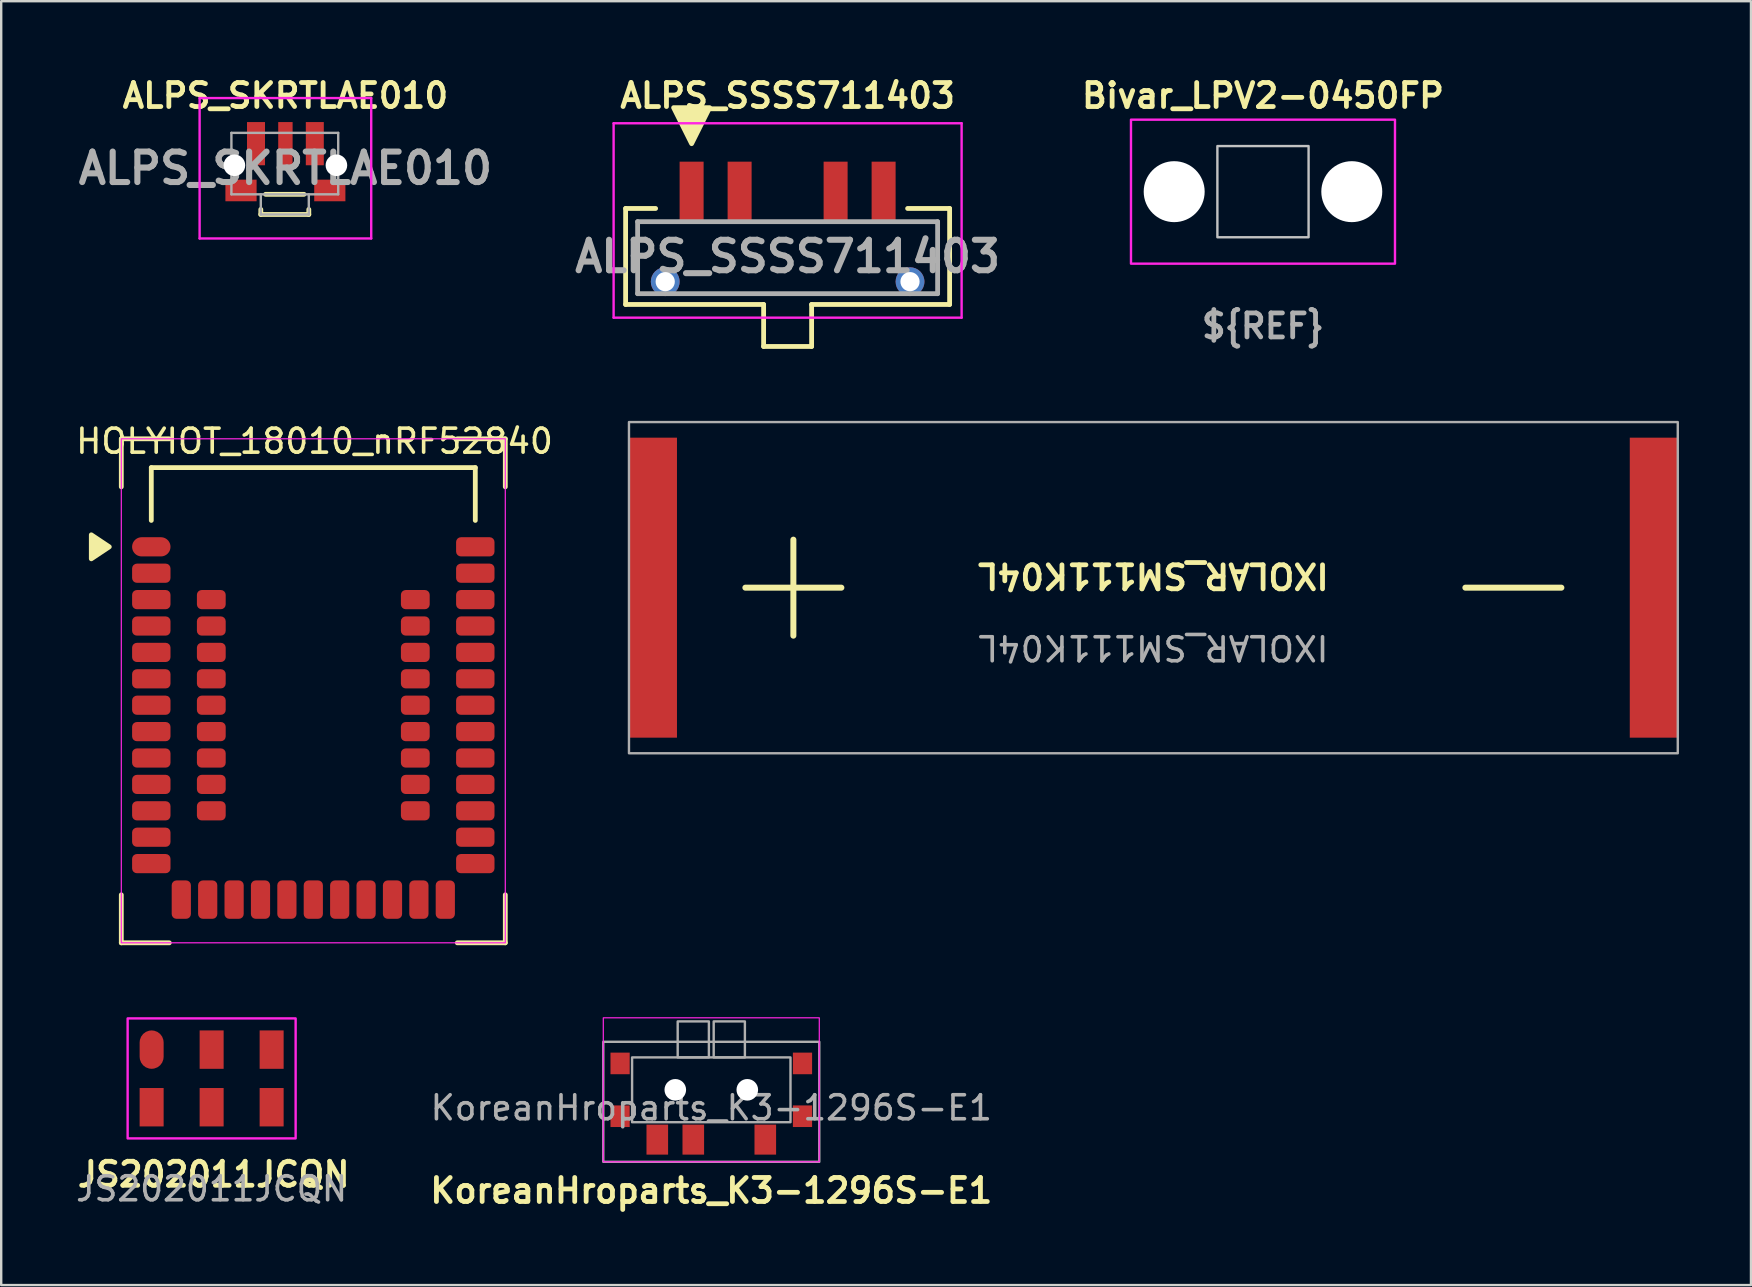
<source format=kicad_pcb>
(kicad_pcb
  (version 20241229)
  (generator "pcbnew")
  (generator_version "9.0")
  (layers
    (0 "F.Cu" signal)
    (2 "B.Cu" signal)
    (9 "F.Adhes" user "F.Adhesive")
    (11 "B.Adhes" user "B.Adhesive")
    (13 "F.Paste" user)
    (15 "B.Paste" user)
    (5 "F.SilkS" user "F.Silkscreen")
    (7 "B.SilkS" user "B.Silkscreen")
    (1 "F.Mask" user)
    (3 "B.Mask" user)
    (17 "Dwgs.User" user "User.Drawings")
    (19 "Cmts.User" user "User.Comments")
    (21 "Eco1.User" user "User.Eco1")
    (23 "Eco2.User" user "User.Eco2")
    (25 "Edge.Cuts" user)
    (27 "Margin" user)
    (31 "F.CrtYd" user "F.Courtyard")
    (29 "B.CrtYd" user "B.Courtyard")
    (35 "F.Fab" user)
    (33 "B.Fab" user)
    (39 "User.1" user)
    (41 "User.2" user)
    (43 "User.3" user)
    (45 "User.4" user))
  (footprint "HOLYIOT_18010_nRF52840"
    (layer "F.Cu")
    (at 10.004 25.234)
    (property "Reference" "HOLYIOT_18010_nRF52840" (at 0.05 -9.9 0) (unlocked yes) (layer "F.SilkS") (effects (font (size 1 1) (thickness 0.15))))
    (attr smd)
    (fp_line (start -8 -10) (end -8 -8) (stroke (width 0.2) (type solid)) (layer "F.SilkS"))
    (fp_line (start -8 -10) (end -6 -10) (stroke (width 0.2) (type solid)) (layer "F.SilkS"))
    (fp_line (start -8 11) (end -8 9) (stroke (width 0.2) (type solid)) (layer "F.SilkS"))
    (fp_line (start -8 11) (end -6 11) (stroke (width 0.2) (type solid)) (layer "F.SilkS"))
    (fp_line (start -6.75 -8.8) (end -6.75 -6.6) (stroke (width 0.2) (type solid)) (layer "F.SilkS"))
    (fp_line (start -6.75 -8.8) (end 6.75 -8.8) (stroke (width 0.2) (type solid)) (layer "F.SilkS"))
    (fp_line (start 6.75 -8.8) (end 6.75 -6.6) (stroke (width 0.2) (type solid)) (layer "F.SilkS"))
    (fp_line (start 8 -10) (end 6 -10) (stroke (width 0.2) (type solid)) (layer "F.SilkS"))
    (fp_line (start 8 -10) (end 8 -8) (stroke (width 0.2) (type solid)) (layer "F.SilkS"))
    (fp_line (start 8 11) (end 6 11) (stroke (width 0.2) (type solid)) (layer "F.SilkS"))
    (fp_line (start 8 11) (end 8 9) (stroke (width 0.2) (type solid)) (layer "F.SilkS"))
    (fp_poly (pts (xy -8.5 -5.5) (xy -9.25 -5) (xy -9.25 -6)) (stroke (width 0.2) (type solid)) (fill yes) (layer "F.SilkS"))
    (fp_rect (start -8 -10) (end 8 11) (stroke (width 0.05) (type solid)) (fill no) (layer "F.CrtYd"))
    (pad "1" smd oval (at -6.75 -5.5) (size 1.6 0.8) (layers "F.Cu" "F.Mask" "F.Paste"))
    (pad "2" smd roundrect (at -6.75 -4.4) (size 1.6 0.8) (layers "F.Cu" "F.Mask" "F.Paste") (roundrect_rratio 0.25))
    (pad "3" smd roundrect (at -6.75 -3.3) (size 1.6 0.8) (layers "F.Cu" "F.Mask" "F.Paste") (roundrect_rratio 0.25))
    (pad "4" smd roundrect (at -6.75 -2.2) (size 1.6 0.8) (layers "F.Cu" "F.Mask" "F.Paste") (roundrect_rratio 0.25))
    (pad "5" smd roundrect (at -6.75 -1.1) (size 1.6 0.8) (layers "F.Cu" "F.Mask" "F.Paste") (roundrect_rratio 0.25))
    (pad "6" smd roundrect (at -6.75 0) (size 1.6 0.8) (layers "F.Cu" "F.Mask" "F.Paste") (roundrect_rratio 0.25))
    (pad "7" smd roundrect (at -6.75 1.1) (size 1.6 0.8) (layers "F.Cu" "F.Mask" "F.Paste") (roundrect_rratio 0.25))
    (pad "8" smd roundrect (at -6.75 2.2) (size 1.6 0.8) (layers "F.Cu" "F.Mask" "F.Paste") (roundrect_rratio 0.25))
    (pad "9" smd roundrect (at -6.75 3.3) (size 1.6 0.8) (layers "F.Cu" "F.Mask" "F.Paste") (roundrect_rratio 0.25))
    (pad "10" smd roundrect (at -6.75 4.4) (size 1.6 0.8) (layers "F.Cu" "F.Mask" "F.Paste") (roundrect_rratio 0.25))
    (pad "11" smd roundrect (at -6.75 5.5) (size 1.6 0.8) (layers "F.Cu" "F.Mask" "F.Paste") (roundrect_rratio 0.25))
    (pad "12" smd roundrect (at -6.75 6.6) (size 1.6 0.8) (layers "F.Cu" "F.Mask" "F.Paste") (roundrect_rratio 0.25))
    (pad "13" smd roundrect (at -6.75 7.7) (size 1.6 0.8) (layers "F.Cu" "F.Mask" "F.Paste") (roundrect_rratio 0.25))
    (pad "14" smd roundrect (at -5.5 9.2 90) (size 1.6 0.8) (layers "F.Cu" "F.Mask" "F.Paste") (roundrect_rratio 0.25))
    (pad "15" smd roundrect (at -4.4 9.2 90) (size 1.6 0.8) (layers "F.Cu" "F.Mask" "F.Paste") (roundrect_rratio 0.25))
    (pad "16" smd roundrect (at -3.3 9.2 90) (size 1.6 0.8) (layers "F.Cu" "F.Mask" "F.Paste") (roundrect_rratio 0.25))
    (pad "17" smd roundrect (at -2.2 9.2 90) (size 1.6 0.8) (layers "F.Cu" "F.Mask" "F.Paste") (roundrect_rratio 0.25))
    (pad "18" smd roundrect (at -1.1 9.2 90) (size 1.6 0.8) (layers "F.Cu" "F.Mask" "F.Paste") (roundrect_rratio 0.25))
    (pad "19" smd roundrect (at 0 9.2 90) (size 1.6 0.8) (layers "F.Cu" "F.Mask" "F.Paste") (roundrect_rratio 0.25))
    (pad "20" smd roundrect (at 1.1 9.2 90) (size 1.6 0.8) (layers "F.Cu" "F.Mask" "F.Paste") (roundrect_rratio 0.25))
    (pad "21" smd roundrect (at 2.2 9.2 90) (size 1.6 0.8) (layers "F.Cu" "F.Mask" "F.Paste") (roundrect_rratio 0.25))
    (pad "22" smd roundrect (at 3.3 9.2 90) (size 1.6 0.8) (layers "F.Cu" "F.Mask" "F.Paste") (roundrect_rratio 0.25))
    (pad "23" smd roundrect (at 4.4 9.2 90) (size 1.6 0.8) (layers "F.Cu" "F.Mask" "F.Paste") (roundrect_rratio 0.25))
    (pad "24" smd roundrect (at 5.5 9.2 90) (size 1.6 0.8) (layers "F.Cu" "F.Mask" "F.Paste") (roundrect_rratio 0.25))
    (pad "25" smd roundrect (at 6.75 7.7) (size 1.6 0.8) (layers "F.Cu" "F.Mask" "F.Paste") (roundrect_rratio 0.25))
    (pad "26" smd roundrect (at 6.75 6.6) (size 1.6 0.8) (layers "F.Cu" "F.Mask" "F.Paste") (roundrect_rratio 0.25))
    (pad "27" smd roundrect (at 6.75 5.5) (size 1.6 0.8) (layers "F.Cu" "F.Mask" "F.Paste") (roundrect_rratio 0.25))
    (pad "28" smd roundrect (at 6.75 4.4) (size 1.6 0.8) (layers "F.Cu" "F.Mask" "F.Paste") (roundrect_rratio 0.25))
    (pad "29" smd roundrect (at 6.75 3.3) (size 1.6 0.8) (layers "F.Cu" "F.Mask" "F.Paste") (roundrect_rratio 0.25))
    (pad "30" smd roundrect (at 6.75 2.2) (size 1.6 0.8) (layers "F.Cu" "F.Mask" "F.Paste") (roundrect_rratio 0.25))
    (pad "31" smd roundrect (at 6.75 1.1) (size 1.6 0.8) (layers "F.Cu" "F.Mask" "F.Paste") (roundrect_rratio 0.25))
    (pad "32" smd roundrect (at 6.75 0) (size 1.6 0.8) (layers "F.Cu" "F.Mask" "F.Paste") (roundrect_rratio 0.25))
    (pad "33" smd roundrect (at 6.75 -1.1) (size 1.6 0.8) (layers "F.Cu" "F.Mask" "F.Paste") (roundrect_rratio 0.25))
    (pad "34" smd roundrect (at 6.75 -2.2) (size 1.6 0.8) (layers "F.Cu" "F.Mask" "F.Paste") (roundrect_rratio 0.25))
    (pad "35" smd roundrect (at 6.75 -3.3) (size 1.6 0.8) (layers "F.Cu" "F.Mask" "F.Paste") (roundrect_rratio 0.25))
    (pad "36" smd roundrect (at 6.75 -4.4) (size 1.6 0.8) (layers "F.Cu" "F.Mask" "F.Paste") (roundrect_rratio 0.25))
    (pad "37" smd roundrect (at 6.75 -5.5) (size 1.6 0.8) (layers "F.Cu" "F.Mask" "F.Paste") (roundrect_rratio 0.25))
    (pad "38" smd roundrect (at -4.25 -3.3) (size 1.2 0.8) (layers "F.Cu" "F.Mask" "F.Paste") (roundrect_rratio 0.25))
    (pad "39" smd roundrect (at -4.25 -2.2) (size 1.2 0.8) (layers "F.Cu" "F.Mask" "F.Paste") (roundrect_rratio 0.25))
    (pad "40" smd roundrect (at -4.25 -1.1) (size 1.2 0.8) (layers "F.Cu" "F.Mask" "F.Paste") (roundrect_rratio 0.25))
    (pad "41" smd roundrect (at -4.25 0) (size 1.2 0.8) (layers "F.Cu" "F.Mask" "F.Paste") (roundrect_rratio 0.25))
    (pad "42" smd roundrect (at -4.25 1.1) (size 1.2 0.8) (layers "F.Cu" "F.Mask" "F.Paste") (roundrect_rratio 0.25))
    (pad "43" smd roundrect (at -4.25 2.2) (size 1.2 0.8) (layers "F.Cu" "F.Mask" "F.Paste") (roundrect_rratio 0.25))
    (pad "44" smd roundrect (at -4.25 3.3) (size 1.2 0.8) (layers "F.Cu" "F.Mask" "F.Paste") (roundrect_rratio 0.25))
    (pad "45" smd roundrect (at -4.25 4.4) (size 1.2 0.8) (layers "F.Cu" "F.Mask" "F.Paste") (roundrect_rratio 0.25))
    (pad "46" smd roundrect (at -4.25 5.5) (size 1.2 0.8) (layers "F.Cu" "F.Mask" "F.Paste") (roundrect_rratio 0.25))
    (pad "47" smd roundrect (at 4.25 -3.3) (size 1.2 0.8) (layers "F.Cu" "F.Mask" "F.Paste") (roundrect_rratio 0.25))
    (pad "48" smd roundrect (at 4.25 -2.2) (size 1.2 0.8) (layers "F.Cu" "F.Mask" "F.Paste") (roundrect_rratio 0.25))
    (pad "49" smd roundrect (at 4.25 -1.1) (size 1.2 0.8) (layers "F.Cu" "F.Mask" "F.Paste") (roundrect_rratio 0.25))
    (pad "50" smd roundrect (at 4.25 0) (size 1.2 0.8) (layers "F.Cu" "F.Mask" "F.Paste") (roundrect_rratio 0.25))
    (pad "51" smd roundrect (at 4.25 1.1) (size 1.2 0.8) (layers "F.Cu" "F.Mask" "F.Paste") (roundrect_rratio 0.25))
    (pad "52" smd roundrect (at 4.25 2.2) (size 1.2 0.8) (layers "F.Cu" "F.Mask" "F.Paste") (roundrect_rratio 0.25))
    (pad "53" smd roundrect (at 4.25 3.3) (size 1.2 0.8) (layers "F.Cu" "F.Mask" "F.Paste") (roundrect_rratio 0.25))
    (pad "54" smd roundrect (at 4.25 4.4) (size 1.2 0.8) (layers "F.Cu" "F.Mask" "F.Paste") (roundrect_rratio 0.25))
    (pad "55" smd roundrect (at 4.25 5.5) (size 1.2 0.8) (layers "F.Cu" "F.Mask" "F.Paste") (roundrect_rratio 0.25))
    (zone (net_name "") (layer "F.Cu") (hatch full 0.508) (connect_pads) (min_thickness 0.254) (filled_areas_thickness no) (keepout (tracks not_allowed) (vias not_allowed) (pads not_allowed) (copperpour not_allowed) (footprints not_allowed)) (placement (enabled no)) (fill) (polygon (pts (xy 16.754 19.334) (xy 3.254 19.334) (xy 3.254 16.434) (xy 16.754 16.434))))
    (zone (net_name "") (layer "B.Cu") (hatch full 0.508) (connect_pads) (min_thickness 0.254) (filled_areas_thickness no) (keepout (tracks not_allowed) (vias not_allowed) (pads not_allowed) (copperpour not_allowed) (footprints not_allowed)) (placement (enabled no)) (fill) (polygon (pts (xy 3.254 19.334) (xy 16.754 19.334) (xy 16.754 16.434) (xy 3.254 16.434)))))
  (footprint "ALPS_SKRTLAE010"
    (layer "F.Cu")
    (at 8.842 4.186)
    (property "Reference" "ALPS_SKRTLAE010" (at 0 -3.25 180) (layer "F.SilkS") (effects (font (size 1 1) (thickness 0.2))))
    (attr through_hole)
    (fp_line (start -1.025 1.7) (end -1.025 1.49) (stroke (width 0.2) (type solid)) (layer "F.SilkS"))
    (fp_line (start -0.825 0.86) (end 0.775 0.86) (stroke (width 0.2) (type solid)) (layer "F.SilkS"))
    (fp_line (start 0.975 1.49) (end 0.975 1.7) (stroke (width 0.2) (type solid)) (layer "F.SilkS"))
    (fp_line (start 0.975 1.7) (end -1.025 1.7) (stroke (width 0.2) (type solid)) (layer "F.SilkS"))
    (fp_line (start -3.575 -3.15) (end 3.575 -3.15) (stroke (width 0.1) (type solid)) (layer "F.CrtYd"))
    (fp_line (start -3.575 2.7) (end -3.575 -3.15) (stroke (width 0.1) (type solid)) (layer "F.CrtYd"))
    (fp_line (start 3.575 -3.15) (end 3.575 2.7) (stroke (width 0.1) (type solid)) (layer "F.CrtYd"))
    (fp_line (start 3.575 2.7) (end -3.575 2.7) (stroke (width 0.1) (type solid)) (layer "F.CrtYd"))
    (fp_line (start -2.25 -1.7) (end 2.2 -1.7) (stroke (width 0.1) (type solid)) (layer "F.Fab"))
    (fp_line (start -2.25 0.86) (end -2.25 -1.7) (stroke (width 0.1) (type solid)) (layer "F.Fab"))
    (fp_line (start -1.025 1.7) (end -1.025 0.86) (stroke (width 0.1) (type solid)) (layer "F.Fab"))
    (fp_line (start 0.975 0.86) (end 0.975 1.7) (stroke (width 0.1) (type solid)) (layer "F.Fab"))
    (fp_line (start 0.975 1.7) (end -1.025 1.7) (stroke (width 0.1) (type solid)) (layer "F.Fab"))
    (fp_line (start 2.2 -1.7) (end 2.2 0.86) (stroke (width 0.1) (type solid)) (layer "F.Fab"))
    (fp_line (start 2.2 0.86) (end -2.25 0.86) (stroke (width 0.1) (type solid)) (layer "F.Fab"))
    (fp_text user "${REFERENCE}" (at 0 -0.225 180) (layer "F.Fab") (effects (font (size 1.27 1.27) (thickness 0.254))))
    (pad "" np_thru_hole circle (at -2.125 -0.35) (size 0.9 0.9) (drill 0.9) (layers "*.Cu" "*.Mask"))
    (pad "" np_thru_hole circle (at 2.125 -0.35) (size 0.9 0.9) (drill 0.9) (layers "*.Cu" "*.Mask"))
    (pad "1" smd rect (at -1.225 -1.25) (size 0.75 1.8) (layers "F.Cu" "F.Mask" "F.Paste"))
    (pad "2" smd rect (at 0 -1.25) (size 0.6 1.8) (layers "F.Cu" "F.Mask" "F.Paste"))
    (pad "3" smd rect (at 1.225 -1.25) (size 0.75 1.8) (layers "F.Cu" "F.Mask" "F.Paste"))
    (pad "MP" smd rect (at -1.85 0.7 90) (size 0.9 1.3) (layers "F.Cu" "F.Mask" "F.Paste"))
    (pad "MP" smd rect (at 1.85 0.7 90) (size 0.9 1.3) (layers "F.Cu" "F.Mask" "F.Paste")))
  (footprint "Bivar_LPV2-0450FP"
    (layer "F.Cu")
    (at 49.574 4.936)
    (property "Reference" "Bivar_LPV2-0450FP" (at 0 -4 0) (unlocked yes) (layer "F.SilkS") (effects (font (size 1 1) (thickness 0.2))))
    (attr smd)
    (fp_rect (start -1.9 -1.9) (end 1.9 1.9) (stroke (width 0.1) (type solid)) (fill no) (layer "Dwgs.User"))
    (fp_rect (start -5.5 -3) (end 5.5 3) (stroke (width 0.1) (type solid)) (fill no) (layer "F.CrtYd"))
    (fp_text user "${REF}" (at 0 5.6 0) (unlocked yes) (layer "F.Fab") (effects (font (size 1 1) (thickness 0.2))))
    (pad "" np_thru_hole circle (at -3.7 0) (size 2.54 2.54) (drill 2.54) (layers "*.Cu" "*.Mask"))
    (pad "" np_thru_hole circle (at 3.7 0) (size 2.54 2.54) (drill 2.54) (layers "*.Cu" "*.Mask")))
  (footprint "ALPS_SSSS711403"
    (layer "F.Cu")
    (at 29.767 7.136)
    (property "Reference" "ALPS_SSSS711403" (at 0 -6.2 180) (layer "F.SilkS") (effects (font (size 1 1) (thickness 0.2) (bold yes))))
    (attr through_hole)
    (fp_line (start -6.75 -1.5) (end -6.75 2.5) (stroke (width 0.2) (type solid)) (layer "F.SilkS"))
    (fp_line (start -6.75 2.5) (end -1 2.5) (stroke (width 0.2) (type solid)) (layer "F.SilkS"))
    (fp_line (start -5.5 -1.5) (end -6.75 -1.5) (stroke (width 0.2) (type solid)) (layer "F.SilkS"))
    (fp_line (start -1 2.5) (end -1 4.25) (stroke (width 0.2) (type default)) (layer "F.SilkS"))
    (fp_line (start -1 4.25) (end 1 4.25) (stroke (width 0.2) (type default)) (layer "F.SilkS"))
    (fp_line (start 1 4.25) (end 1 2.5) (stroke (width 0.2) (type default)) (layer "F.SilkS"))
    (fp_line (start 5 -1.5) (end 6.75 -1.5) (stroke (width 0.2) (type solid)) (layer "F.SilkS"))
    (fp_line (start 6.75 -1.5) (end 6.75 2.5) (stroke (width 0.2) (type solid)) (layer "F.SilkS"))
    (fp_line (start 6.75 2.5) (end 1 2.5) (stroke (width 0.2) (type solid)) (layer "F.SilkS"))
    (fp_poly (pts (xy -4 -4.2) (xy -4.75 -5.7) (xy -3.25 -5.7)) (stroke (width 0.2) (type solid)) (fill yes) (layer "F.SilkS"))
    (fp_line (start -7.25 -5.05) (end 7.25 -5.05) (stroke (width 0.1) (type solid)) (layer "F.CrtYd"))
    (fp_line (start -7.25 3.05) (end -7.25 -5.05) (stroke (width 0.1) (type solid)) (layer "F.CrtYd"))
    (fp_line (start 7.25 -5.05) (end 7.25 3.05) (stroke (width 0.1) (type solid)) (layer "F.CrtYd"))
    (fp_line (start 7.25 3.05) (end -7.25 3.05) (stroke (width 0.1) (type solid)) (layer "F.CrtYd"))
    (fp_line (start -6.25 -0.95) (end 6.25 -0.95) (stroke (width 0.2) (type solid)) (layer "F.Fab"))
    (fp_line (start -6.25 2.05) (end -6.25 -0.95) (stroke (width 0.2) (type solid)) (layer "F.Fab"))
    (fp_line (start 6.25 2.05) (end -6.25 2.05) (stroke (width 0.2) (type solid)) (layer "F.Fab"))
    (fp_line (start 6.25 -0.95) (end 6.25 2.05) (stroke (width 0.2) (type solid)) (layer "F.Fab"))
    (fp_text user "${REFERENCE}" (at 0 0.5 180) (layer "F.Fab") (effects (font (size 1.27 1.27) (thickness 0.254))))
    (pad "1" smd rect (at -4 -2.2) (size 1 2.5) (layers "F.Cu" "F.Mask" "F.Paste"))
    (pad "2" smd rect (at -2 -2.2) (size 1 2.5) (layers "F.Cu" "F.Mask" "F.Paste"))
    (pad "3" smd rect (at 2 -2.2) (size 1 2.5) (layers "F.Cu" "F.Mask" "F.Paste"))
    (pad "4" smd rect (at 4 -2.2) (size 1 2.5) (layers "F.Cu" "F.Mask" "F.Paste"))
    (pad "MP" thru_hole circle (at -5.1 1.55) (size 1.2 1.2) (drill 0.8) (layers "*.Cu" "*.Mask"))
    (pad "MP" thru_hole circle (at 5.1 1.55) (size 1.2 1.2) (drill 0.8) (layers "*.Cu" "*.Mask")))
  (footprint "IXOLAR_SM111K04L"
    (layer "F.Cu")
    (at 45.007 21.436)
    (property "Reference" "IXOLAR_SM111K04L" (at 0 -0.5 180) (unlocked yes) (layer "F.SilkS") (effects (font (size 1 1) (thickness 0.2) (bold yes))))
    (attr smd)
    (fp_line (start -15 2) (end -15 -2) (stroke (width 0.25) (type default)) (layer "F.SilkS"))
    (fp_line (start -13 0) (end -17 0) (stroke (width 0.25) (type default)) (layer "F.SilkS"))
    (fp_line (start 17 0) (end 13 0) (stroke (width 0.25) (type default)) (layer "F.SilkS"))
    (fp_poly (pts (xy -21.85 -6.9) (xy 21.85 -6.9) (xy 21.85 6.9) (xy -21.85 6.9)) (stroke (width 0.1) (type default)) (fill no) (layer "F.Fab"))
    (fp_text user "${REFERENCE}" (at 0 2.5 180) (unlocked yes) (layer "F.Fab") (effects (font (size 1 1) (thickness 0.15))))
    (pad "1" smd rect (at -20.85 0) (size 2 12.5) (layers "F.Cu" "F.Mask" "F.Paste"))
    (pad "2" smd rect (at 20.85 0) (size 2 12.5) (layers "F.Cu" "F.Mask" "F.Paste")))
  (footprint "KoreanHroparts_K3-1296S-E1"
    (layer "F.Cu")
    (at 26.587 42.359)
    (property "Reference" "KoreanHroparts_K3-1296S-E1" (at 0 4.2 0) (unlocked yes) (layer "F.SilkS") (effects (font (size 1 1) (thickness 0.2) (bold yes))))
    (attr smd)
    (fp_rect (start -4.5 -3) (end 4.5 3) (stroke (width 0.05) (type default)) (fill no) (layer "F.CrtYd"))
    (fp_rect (start -4.5 -2) (end 4.5 3) (stroke (width 0.1) (type default)) (fill no) (layer "F.Fab"))
    (fp_rect (start -3.3 -1.35) (end 3.3 1.35) (stroke (width 0.1) (type default)) (fill no) (layer "F.Fab"))
    (fp_rect (start -1.4 -2.85) (end -0.1 -1.35) (stroke (width 0.1) (type default)) (fill no) (layer "F.Fab"))
    (fp_rect (start 0.1 -2.85) (end 1.4 -1.35) (stroke (width 0.1) (type default)) (fill no) (layer "F.Fab"))
    (fp_text user "${REFERENCE}" (at 0 0.75 0) (unlocked yes) (layer "F.Fab") (effects (font (size 1 1) (thickness 0.15))))
    (pad "" np_thru_hole circle (at -1.5 0) (size 0.9 0.9) (drill 0.9) (layers "*.Cu" "*.Mask"))
    (pad "" np_thru_hole circle (at 1.5 0) (size 0.9 0.9) (drill 0.9) (layers "*.Cu" "*.Mask"))
    (pad "1" smd rect (at -2.25 2.075) (size 0.9 1.25) (layers "F.Cu" "F.Mask" "F.Paste"))
    (pad "2" smd rect (at -0.75 2.075) (size 0.9 1.25) (layers "F.Cu" "F.Mask" "F.Paste"))
    (pad "3" smd rect (at 2.25 2.075) (size 0.9 1.25) (layers "F.Cu" "F.Mask" "F.Paste"))
    (pad "MP" smd rect (at -3.8 -1.1 90) (size 0.9 0.8) (layers "F.Cu" "F.Mask" "F.Paste"))
    (pad "MP" smd rect (at -3.8 1.1 90) (size 0.9 0.8) (layers "F.Cu" "F.Mask" "F.Paste"))
    (pad "MP" smd rect (at 3.8 -1.1 90) (size 0.9 0.8) (layers "F.Cu" "F.Mask" "F.Paste"))
    (pad "MP" smd rect (at 3.8 1.1 90) (size 0.9 0.8) (layers "F.Cu" "F.Mask" "F.Paste")))
  (footprint "JS202011JCQN"
    (layer "F.Cu")
    (at 5.768 41.884)
    (property "Reference" "JS202011JCQN" (at 0.086 4 0) (unlocked yes) (layer "F.SilkS") (effects (font (size 1 1) (thickness 0.2) (bold yes))))
    (attr smd)
    (fp_poly (pts (xy -3.5 -2.5) (xy -3.5 2.5) (xy 3.5 2.5) (xy 3.5 -2.5)) (stroke (width 0.1) (type default)) (fill no) (layer "F.CrtYd"))
    (fp_text user "${REFERENCE}" (at 0 4.6 0) (unlocked yes) (layer "F.Fab") (effects (font (size 1 1) (thickness 0.15))))
    (pad "1" smd roundrect (at -2.5 -1.2 270) (size 1.6 1) (layers "F.Cu" "F.Mask" "F.Paste") (roundrect_rratio 0.5))
    (pad "2" smd rect (at 0 -1.2 90) (size 1.6 1) (layers "F.Cu" "F.Mask" "F.Paste"))
    (pad "3" smd rect (at 2.5 -1.2 90) (size 1.6 1) (layers "F.Cu" "F.Mask" "F.Paste"))
    (pad "5" smd rect (at -2.5 1.2 270) (size 1.6 1) (layers "F.Cu" "F.Mask" "F.Paste"))
    (pad "6" smd rect (at 0 1.2 90) (size 1.6 1) (layers "F.Cu" "F.Mask" "F.Paste"))
    (pad "7" smd rect (at 2.5 1.2 90) (size 1.6 1) (layers "F.Cu" "F.Mask" "F.Paste")))
  (gr_rect
    (start -3 -3)
    (end 69.907 50.495)
    (stroke (width 0.1) (type default))
    (fill no)
    (layer "Edge.Cuts")))
</source>
